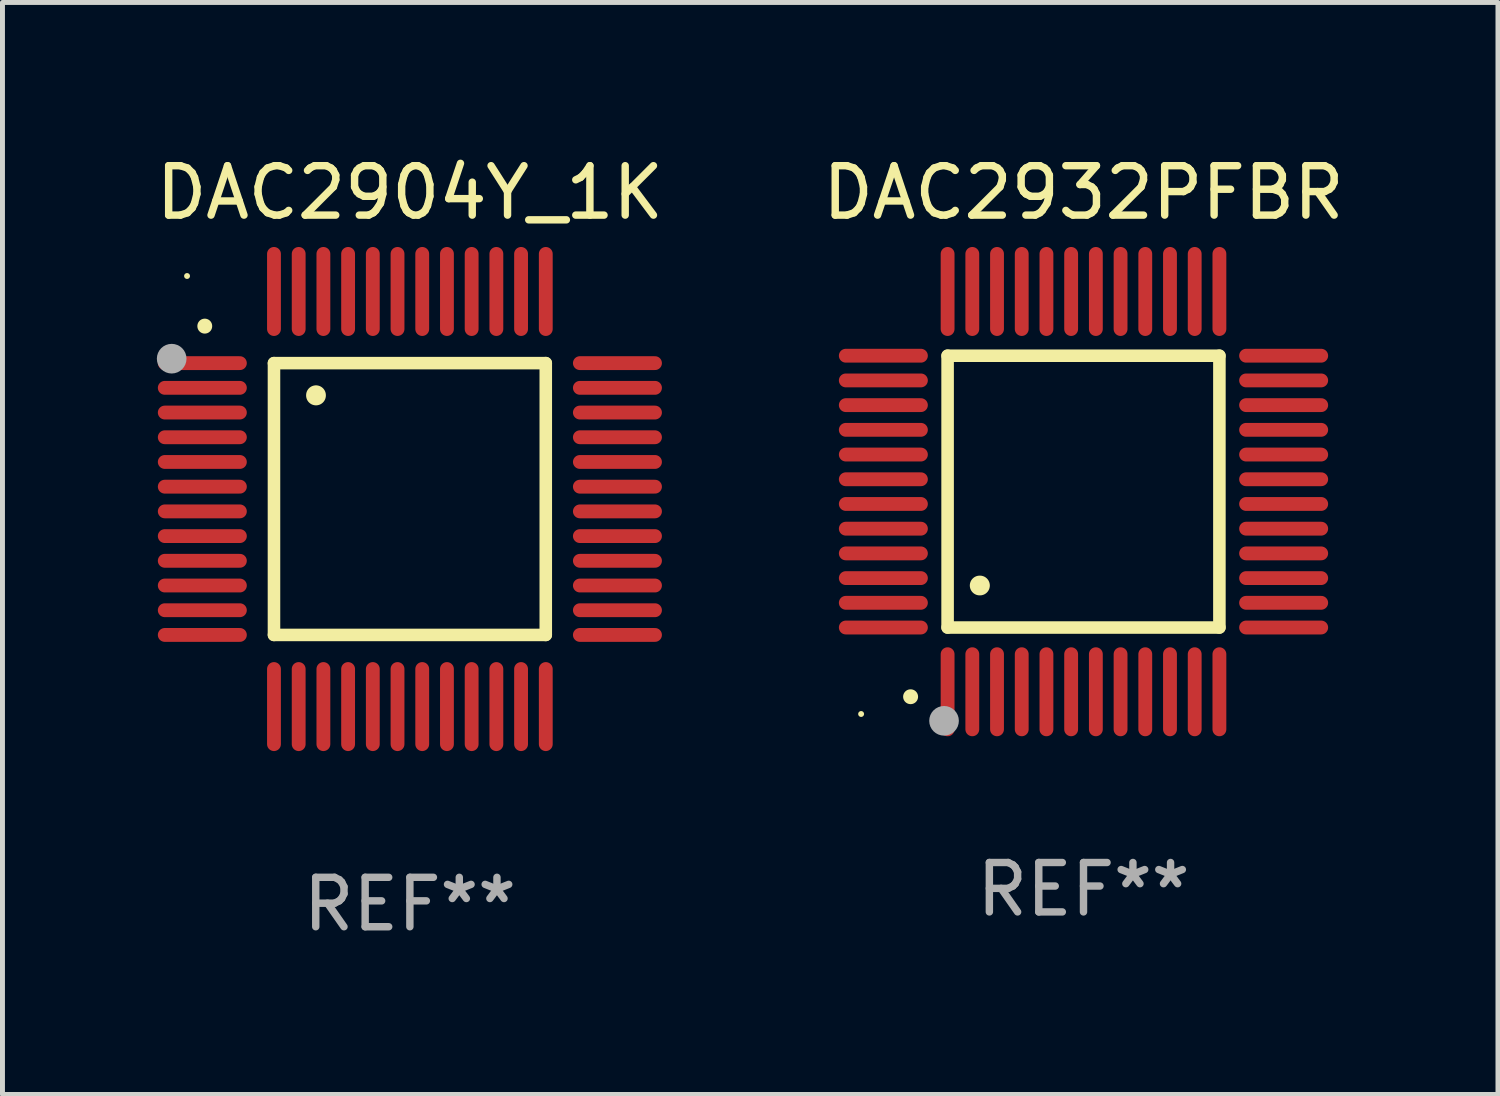
<source format=kicad_pcb>
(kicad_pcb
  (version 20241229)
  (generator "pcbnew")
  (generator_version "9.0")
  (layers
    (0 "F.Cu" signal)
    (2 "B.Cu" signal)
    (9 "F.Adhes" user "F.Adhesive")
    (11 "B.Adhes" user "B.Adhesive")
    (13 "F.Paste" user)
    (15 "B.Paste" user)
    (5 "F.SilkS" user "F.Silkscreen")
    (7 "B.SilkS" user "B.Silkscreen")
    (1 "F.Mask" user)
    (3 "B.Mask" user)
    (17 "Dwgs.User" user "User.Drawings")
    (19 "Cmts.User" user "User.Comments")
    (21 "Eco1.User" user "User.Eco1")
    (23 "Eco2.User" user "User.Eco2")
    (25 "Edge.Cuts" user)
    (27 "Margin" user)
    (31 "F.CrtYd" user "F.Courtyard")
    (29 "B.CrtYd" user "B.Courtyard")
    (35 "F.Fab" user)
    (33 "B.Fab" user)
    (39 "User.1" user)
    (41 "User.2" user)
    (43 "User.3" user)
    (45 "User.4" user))
  (footprint "DAC2932PFBR"
    (layer "F.Cu")
    (at 18.875 6.898)
    (property "Reference" "DAC2932PFBR" (at 0 -6.05 0) (layer "F.SilkS") (effects (font (size 1 1) (thickness 0.15))))
    (attr through_hole)
    (fp_line (start -2.75 -2.75) (end 2.75 -2.75) (stroke (width 0.254) (type solid)) (layer "F.SilkS"))
    (fp_line (start -2.75 2.75) (end -2.75 -2.75) (stroke (width 0.254) (type solid)) (layer "F.SilkS"))
    (fp_line (start 2.75 -2.75) (end 2.75 2.75) (stroke (width 0.254) (type solid)) (layer "F.SilkS"))
    (fp_line (start 2.75 2.75) (end -2.75 2.75) (stroke (width 0.254) (type solid)) (layer "F.SilkS"))
    (fp_arc (start -3.500127 4.150368) (mid -3.498857 4.150363) (end -3.497587 4.150368) (stroke (width 0.3) (type solid)) (layer "F.SilkS"))
    (fp_arc (start -2.100584 1.899924) (mid -2.098044 1.899908) (end -2.095504 1.899924) (stroke (width 0.4) (type solid)) (layer "F.SilkS"))
    (fp_circle (center -4.5 4.5) (end -4.47 4.5) (stroke (width 0.06) (type solid)) (fill no) (layer "F.SilkS"))
    (fp_circle (center -2.822 4.638) (end -2.672 4.638) (stroke (width 0.3) (type solid)) (fill no) (layer "F.Fab"))
    (fp_text user "REF**" (at 0 8.05 0) (layer "F.Fab") (effects (font (size 1 1) (thickness 0.15))))
    (pad "1" smd oval (at -2.75 4.05) (size 0.28 1.8) (layers "F.Cu" "F.Mask" "F.Paste"))
    (pad "2" smd oval (at -2.25 4.05) (size 0.28 1.8) (layers "F.Cu" "F.Mask" "F.Paste"))
    (pad "3" smd oval (at -1.75 4.05) (size 0.28 1.8) (layers "F.Cu" "F.Mask" "F.Paste"))
    (pad "4" smd oval (at -1.25 4.05) (size 0.28 1.8) (layers "F.Cu" "F.Mask" "F.Paste"))
    (pad "5" smd oval (at -0.75 4.05) (size 0.28 1.8) (layers "F.Cu" "F.Mask" "F.Paste"))
    (pad "6" smd oval (at -0.25 4.05) (size 0.28 1.8) (layers "F.Cu" "F.Mask" "F.Paste"))
    (pad "7" smd oval (at 0.25 4.05) (size 0.28 1.8) (layers "F.Cu" "F.Mask" "F.Paste"))
    (pad "8" smd oval (at 0.75 4.05) (size 0.28 1.8) (layers "F.Cu" "F.Mask" "F.Paste"))
    (pad "9" smd oval (at 1.25 4.05) (size 0.28 1.8) (layers "F.Cu" "F.Mask" "F.Paste"))
    (pad "10" smd oval (at 1.75 4.05) (size 0.28 1.8) (layers "F.Cu" "F.Mask" "F.Paste"))
    (pad "11" smd oval (at 2.25 4.05) (size 0.28 1.8) (layers "F.Cu" "F.Mask" "F.Paste"))
    (pad "12" smd oval (at 2.75 4.05) (size 0.28 1.8) (layers "F.Cu" "F.Mask" "F.Paste"))
    (pad "13" smd oval (at 4.05 2.75) (size 1.8 0.28) (layers "F.Cu" "F.Mask" "F.Paste"))
    (pad "14" smd oval (at 4.05 2.25) (size 1.8 0.28) (layers "F.Cu" "F.Mask" "F.Paste"))
    (pad "15" smd oval (at 4.05 1.75) (size 1.8 0.28) (layers "F.Cu" "F.Mask" "F.Paste"))
    (pad "16" smd oval (at 4.05 1.25) (size 1.8 0.28) (layers "F.Cu" "F.Mask" "F.Paste"))
    (pad "17" smd oval (at 4.05 0.75) (size 1.8 0.28) (layers "F.Cu" "F.Mask" "F.Paste"))
    (pad "18" smd oval (at 4.05 0.25) (size 1.8 0.28) (layers "F.Cu" "F.Mask" "F.Paste"))
    (pad "19" smd oval (at 4.05 -0.25) (size 1.8 0.28) (layers "F.Cu" "F.Mask" "F.Paste"))
    (pad "20" smd oval (at 4.05 -0.75) (size 1.8 0.28) (layers "F.Cu" "F.Mask" "F.Paste"))
    (pad "21" smd oval (at 4.05 -1.25) (size 1.8 0.28) (layers "F.Cu" "F.Mask" "F.Paste"))
    (pad "22" smd oval (at 4.05 -1.75) (size 1.8 0.28) (layers "F.Cu" "F.Mask" "F.Paste"))
    (pad "23" smd oval (at 4.05 -2.25) (size 1.8 0.28) (layers "F.Cu" "F.Mask" "F.Paste"))
    (pad "24" smd oval (at 4.05 -2.75) (size 1.8 0.28) (layers "F.Cu" "F.Mask" "F.Paste"))
    (pad "25" smd oval (at 2.75 -4.05) (size 0.28 1.8) (layers "F.Cu" "F.Mask" "F.Paste"))
    (pad "26" smd oval (at 2.25 -4.05) (size 0.28 1.8) (layers "F.Cu" "F.Mask" "F.Paste"))
    (pad "27" smd oval (at 1.75 -4.05) (size 0.28 1.8) (layers "F.Cu" "F.Mask" "F.Paste"))
    (pad "28" smd oval (at 1.25 -4.05) (size 0.28 1.8) (layers "F.Cu" "F.Mask" "F.Paste"))
    (pad "29" smd oval (at 0.75 -4.05) (size 0.28 1.8) (layers "F.Cu" "F.Mask" "F.Paste"))
    (pad "30" smd oval (at 0.25 -4.05) (size 0.28 1.8) (layers "F.Cu" "F.Mask" "F.Paste"))
    (pad "31" smd oval (at -0.25 -4.05) (size 0.28 1.8) (layers "F.Cu" "F.Mask" "F.Paste"))
    (pad "32" smd oval (at -0.75 -4.05) (size 0.28 1.8) (layers "F.Cu" "F.Mask" "F.Paste"))
    (pad "33" smd oval (at -1.25 -4.05) (size 0.28 1.8) (layers "F.Cu" "F.Mask" "F.Paste"))
    (pad "34" smd oval (at -1.75 -4.05) (size 0.28 1.8) (layers "F.Cu" "F.Mask" "F.Paste"))
    (pad "35" smd oval (at -2.25 -4.05) (size 0.28 1.8) (layers "F.Cu" "F.Mask" "F.Paste"))
    (pad "36" smd oval (at -2.75 -4.05) (size 0.28 1.8) (layers "F.Cu" "F.Mask" "F.Paste"))
    (pad "37" smd oval (at -4.05 -2.75) (size 1.8 0.28) (layers "F.Cu" "F.Mask" "F.Paste"))
    (pad "38" smd oval (at -4.05 -2.25) (size 1.8 0.28) (layers "F.Cu" "F.Mask" "F.Paste"))
    (pad "39" smd oval (at -4.05 -1.75) (size 1.8 0.28) (layers "F.Cu" "F.Mask" "F.Paste"))
    (pad "40" smd oval (at -4.05 -1.25) (size 1.8 0.28) (layers "F.Cu" "F.Mask" "F.Paste"))
    (pad "41" smd oval (at -4.05 -0.75) (size 1.8 0.28) (layers "F.Cu" "F.Mask" "F.Paste"))
    (pad "42" smd oval (at -4.05 -0.25) (size 1.8 0.28) (layers "F.Cu" "F.Mask" "F.Paste"))
    (pad "43" smd oval (at -4.05 0.25) (size 1.8 0.28) (layers "F.Cu" "F.Mask" "F.Paste"))
    (pad "44" smd oval (at -4.05 0.75) (size 1.8 0.28) (layers "F.Cu" "F.Mask" "F.Paste"))
    (pad "45" smd oval (at -4.05 1.25) (size 1.8 0.28) (layers "F.Cu" "F.Mask" "F.Paste"))
    (pad "46" smd oval (at -4.05 1.75) (size 1.8 0.28) (layers "F.Cu" "F.Mask" "F.Paste"))
    (pad "47" smd oval (at -4.05 2.25) (size 1.8 0.28) (layers "F.Cu" "F.Mask" "F.Paste"))
    (pad "48" smd oval (at -4.05 2.75) (size 1.8 0.28) (layers "F.Cu" "F.Mask" "F.Paste")))
  (footprint "DAC2904Y_1K"
    (layer "F.Cu")
    (at 5.244 7.048)
    (property "Reference" "DAC2904Y_1K" (at 0 -6.2 0) (layer "F.SilkS") (effects (font (size 1 1) (thickness 0.15))))
    (attr through_hole)
    (fp_line (start -2.75 -2.75) (end 2.75 -2.75) (stroke (width 0.254) (type solid)) (layer "F.SilkS"))
    (fp_line (start -2.75 2.75) (end -2.75 -2.75) (stroke (width 0.254) (type solid)) (layer "F.SilkS"))
    (fp_line (start 2.75 -2.75) (end 2.75 2.75) (stroke (width 0.254) (type solid)) (layer "F.SilkS"))
    (fp_line (start 2.75 2.75) (end -2.75 2.75) (stroke (width 0.254) (type solid)) (layer "F.SilkS"))
    (fp_arc (start -4.150368 -3.497587) (mid -4.150373 -3.498857) (end -4.150368 -3.500127) (stroke (width 0.3) (type solid)) (layer "F.SilkS"))
    (fp_arc (start -1.899924 -2.095504) (mid -1.89994 -2.098044) (end -1.899924 -2.100584) (stroke (width 0.4) (type solid)) (layer "F.SilkS"))
    (fp_circle (center -4.509 -4.513) (end -4.479 -4.513) (stroke (width 0.06) (type solid)) (fill no) (layer "F.SilkS"))
    (fp_circle (center -4.82 -2.84) (end -4.67 -2.84) (stroke (width 0.3) (type solid)) (fill no) (layer "F.Fab"))
    (fp_text user "REF**" (at 0 8.2 0) (layer "F.Fab") (effects (font (size 1 1) (thickness 0.15))))
    (pad "1" smd oval (at -4.2 -2.75 90) (size 0.28 1.8) (layers "F.Cu" "F.Mask" "F.Paste"))
    (pad "2" smd oval (at -4.2 -2.25 90) (size 0.28 1.8) (layers "F.Cu" "F.Mask" "F.Paste"))
    (pad "3" smd oval (at -4.2 -1.75 90) (size 0.28 1.8) (layers "F.Cu" "F.Mask" "F.Paste"))
    (pad "4" smd oval (at -4.2 -1.25 90) (size 0.28 1.8) (layers "F.Cu" "F.Mask" "F.Paste"))
    (pad "5" smd oval (at -4.2 -0.75 90) (size 0.28 1.8) (layers "F.Cu" "F.Mask" "F.Paste"))
    (pad "6" smd oval (at -4.2 -0.25 90) (size 0.28 1.8) (layers "F.Cu" "F.Mask" "F.Paste"))
    (pad "7" smd oval (at -4.2 0.25 90) (size 0.28 1.8) (layers "F.Cu" "F.Mask" "F.Paste"))
    (pad "8" smd oval (at -4.2 0.75 90) (size 0.28 1.8) (layers "F.Cu" "F.Mask" "F.Paste"))
    (pad "9" smd oval (at -4.2 1.25 90) (size 0.28 1.8) (layers "F.Cu" "F.Mask" "F.Paste"))
    (pad "10" smd oval (at -4.2 1.75 90) (size 0.28 1.8) (layers "F.Cu" "F.Mask" "F.Paste"))
    (pad "11" smd oval (at -4.2 2.25 90) (size 0.28 1.8) (layers "F.Cu" "F.Mask" "F.Paste"))
    (pad "12" smd oval (at -4.2 2.75 90) (size 0.28 1.8) (layers "F.Cu" "F.Mask" "F.Paste"))
    (pad "13" smd oval (at -2.75 4.2) (size 0.28 1.8) (layers "F.Cu" "F.Mask" "F.Paste"))
    (pad "14" smd oval (at -2.25 4.2) (size 0.28 1.8) (layers "F.Cu" "F.Mask" "F.Paste"))
    (pad "15" smd oval (at -1.75 4.2) (size 0.28 1.8) (layers "F.Cu" "F.Mask" "F.Paste"))
    (pad "16" smd oval (at -1.25 4.2) (size 0.28 1.8) (layers "F.Cu" "F.Mask" "F.Paste"))
    (pad "17" smd oval (at -0.75 4.2) (size 0.28 1.8) (layers "F.Cu" "F.Mask" "F.Paste"))
    (pad "18" smd oval (at -0.25 4.2) (size 0.28 1.8) (layers "F.Cu" "F.Mask" "F.Paste"))
    (pad "19" smd oval (at 0.25 4.2) (size 0.28 1.8) (layers "F.Cu" "F.Mask" "F.Paste"))
    (pad "20" smd oval (at 0.75 4.2) (size 0.28 1.8) (layers "F.Cu" "F.Mask" "F.Paste"))
    (pad "21" smd oval (at 1.25 4.2) (size 0.28 1.8) (layers "F.Cu" "F.Mask" "F.Paste"))
    (pad "22" smd oval (at 1.75 4.2) (size 0.28 1.8) (layers "F.Cu" "F.Mask" "F.Paste"))
    (pad "23" smd oval (at 2.25 4.2) (size 0.28 1.8) (layers "F.Cu" "F.Mask" "F.Paste"))
    (pad "24" smd oval (at 2.75 4.2) (size 0.28 1.8) (layers "F.Cu" "F.Mask" "F.Paste"))
    (pad "25" smd oval (at 4.2 2.75 90) (size 0.28 1.8) (layers "F.Cu" "F.Mask" "F.Paste"))
    (pad "26" smd oval (at 4.2 2.25 90) (size 0.28 1.8) (layers "F.Cu" "F.Mask" "F.Paste"))
    (pad "27" smd oval (at 4.2 1.75 90) (size 0.28 1.8) (layers "F.Cu" "F.Mask" "F.Paste"))
    (pad "28" smd oval (at 4.2 1.25 90) (size 0.28 1.8) (layers "F.Cu" "F.Mask" "F.Paste"))
    (pad "29" smd oval (at 4.2 0.75 90) (size 0.28 1.8) (layers "F.Cu" "F.Mask" "F.Paste"))
    (pad "30" smd oval (at 4.2 0.25 90) (size 0.28 1.8) (layers "F.Cu" "F.Mask" "F.Paste"))
    (pad "31" smd oval (at 4.2 -0.25 90) (size 0.28 1.8) (layers "F.Cu" "F.Mask" "F.Paste"))
    (pad "32" smd oval (at 4.2 -0.75 90) (size 0.28 1.8) (layers "F.Cu" "F.Mask" "F.Paste"))
    (pad "33" smd oval (at 4.2 -1.25 90) (size 0.28 1.8) (layers "F.Cu" "F.Mask" "F.Paste"))
    (pad "34" smd oval (at 4.2 -1.75 90) (size 0.28 1.8) (layers "F.Cu" "F.Mask" "F.Paste"))
    (pad "35" smd oval (at 4.2 -2.25 90) (size 0.28 1.8) (layers "F.Cu" "F.Mask" "F.Paste"))
    (pad "36" smd oval (at 4.2 -2.75 90) (size 0.28 1.8) (layers "F.Cu" "F.Mask" "F.Paste"))
    (pad "37" smd oval (at 2.75 -4.2) (size 0.28 1.8) (layers "F.Cu" "F.Mask" "F.Paste"))
    (pad "38" smd oval (at 2.25 -4.2) (size 0.28 1.8) (layers "F.Cu" "F.Mask" "F.Paste"))
    (pad "39" smd oval (at 1.75 -4.2) (size 0.28 1.8) (layers "F.Cu" "F.Mask" "F.Paste"))
    (pad "40" smd oval (at 1.25 -4.2) (size 0.28 1.8) (layers "F.Cu" "F.Mask" "F.Paste"))
    (pad "41" smd oval (at 0.75 -4.2) (size 0.28 1.8) (layers "F.Cu" "F.Mask" "F.Paste"))
    (pad "42" smd oval (at 0.25 -4.2) (size 0.28 1.8) (layers "F.Cu" "F.Mask" "F.Paste"))
    (pad "43" smd oval (at -0.25 -4.2) (size 0.28 1.8) (layers "F.Cu" "F.Mask" "F.Paste"))
    (pad "44" smd oval (at -0.75 -4.2) (size 0.28 1.8) (layers "F.Cu" "F.Mask" "F.Paste"))
    (pad "45" smd oval (at -1.25 -4.2) (size 0.28 1.8) (layers "F.Cu" "F.Mask" "F.Paste"))
    (pad "46" smd oval (at -1.75 -4.2) (size 0.28 1.8) (layers "F.Cu" "F.Mask" "F.Paste"))
    (pad "47" smd oval (at -2.25 -4.2) (size 0.28 1.8) (layers "F.Cu" "F.Mask" "F.Paste"))
    (pad "48" smd oval (at -2.75 -4.2) (size 0.28 1.8) (layers "F.Cu" "F.Mask" "F.Paste")))
  (gr_rect
    (start -3 -3)
    (end 27.262 19.097)
    (stroke (width 0.1) (type default))
    (fill no)
    (layer "Edge.Cuts")))
</source>
